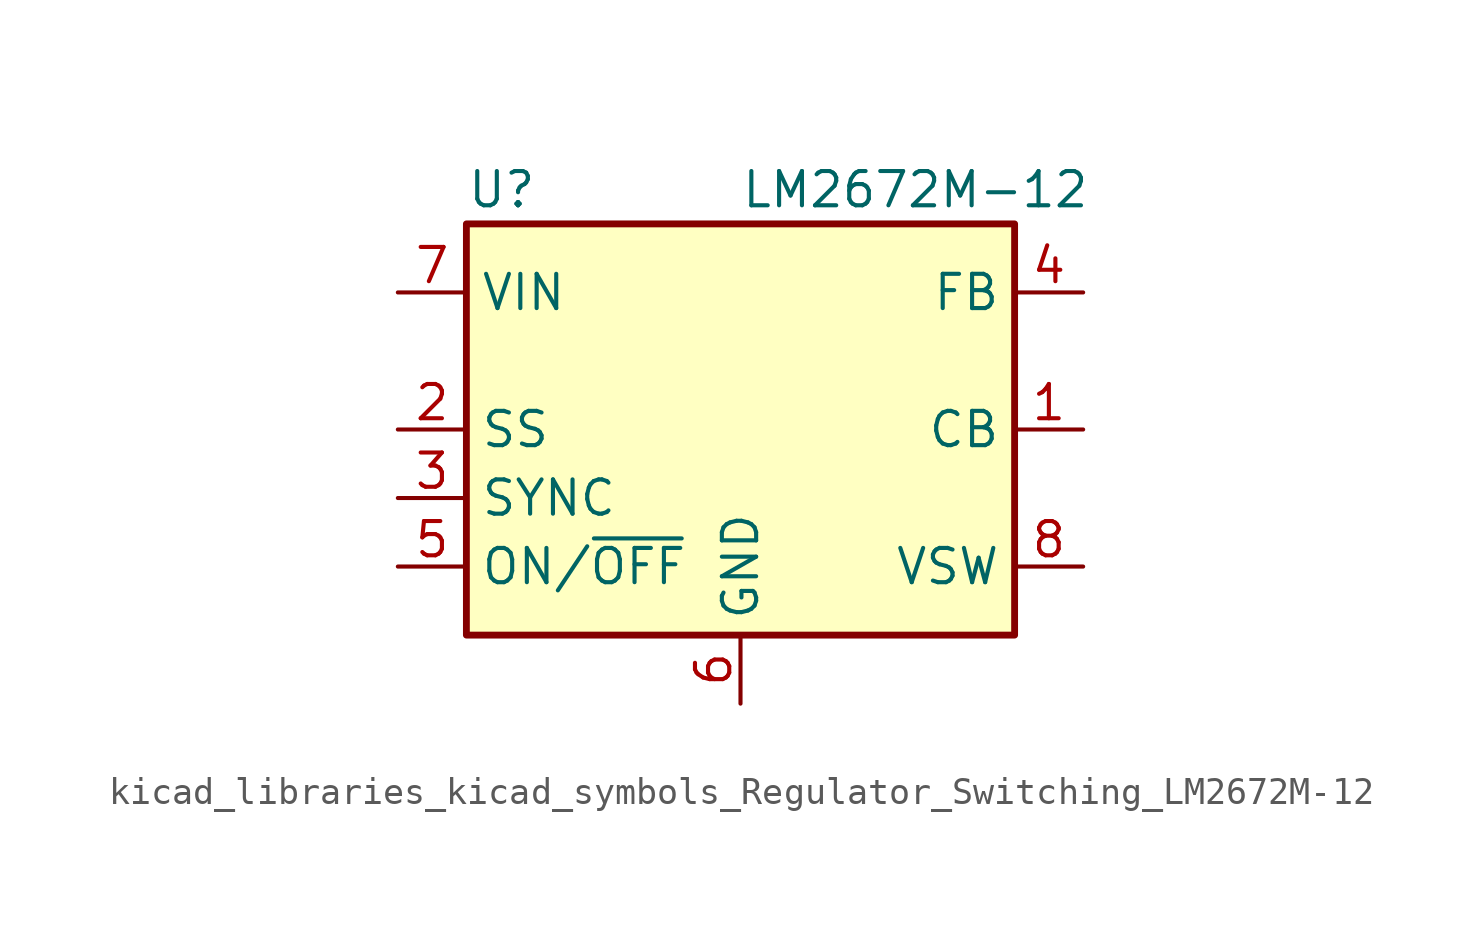
<source format=kicad_sym>
(kicad_symbol_lib
  (version 20220914)
  (generator kicad_symbol_editor)
  (symbol "kicad_libraries_kicad_symbols_Regulator_Switching_LM2672M-12"
    (property "Reference" "U"
      (at -10.16 8.89 0)
      (effects (font (size 1.27 1.27)) (justify left)))
    (property "Value" "LM2672M-12"
      (at 0 8.89 0)
      (effects (font (size 1.27 1.27)) (justify left)))
    (symbol "kicad_libraries_kicad_symbols_Regulator_Switching_LM2672M-12_0_1"
      (rectangle (start -10.16 7.62) (end 10.16 -7.62) (stroke (width 0.254) (type default)) (fill (type background))))
    (symbol "kicad_libraries_kicad_symbols_Regulator_Switching_LM2672M-12_1_1"
      (pin input line (at 12.7 0 180) (length 2.54) (name "CB" (effects (font (size 1.27 1.27)))) (number "1" (effects (font (size 1.27 1.27)))))
      (pin input line (at -12.7 0 0) (length 2.54) (name "SS" (effects (font (size 1.27 1.27)))) (number "2" (effects (font (size 1.27 1.27)))))
      (pin input line (at -12.7 -2.54 0) (length 2.54) (name "SYNC" (effects (font (size 1.27 1.27)))) (number "3" (effects (font (size 1.27 1.27)))))
      (pin input line (at 12.7 5.08 180) (length 2.54) (name "FB" (effects (font (size 1.27 1.27)))) (number "4" (effects (font (size 1.27 1.27)))))
      (pin input line (at -12.7 -5.08 0) (length 2.54) (name "ON/~{OFF}" (effects (font (size 1.27 1.27)))) (number "5" (effects (font (size 1.27 1.27)))))
      (pin power_in line (at 0 -10.16 90) (length 2.54) (name "GND" (effects (font (size 1.27 1.27)))) (number "6" (effects (font (size 1.27 1.27)))))
      (pin power_in line (at -12.7 5.08 0) (length 2.54) (name "VIN" (effects (font (size 1.27 1.27)))) (number "7" (effects (font (size 1.27 1.27)))))
      (pin output line (at 12.7 -5.08 180) (length 2.54) (name "VSW" (effects (font (size 1.27 1.27)))) (number "8" (effects (font (size 1.27 1.27))))))))
</source>
